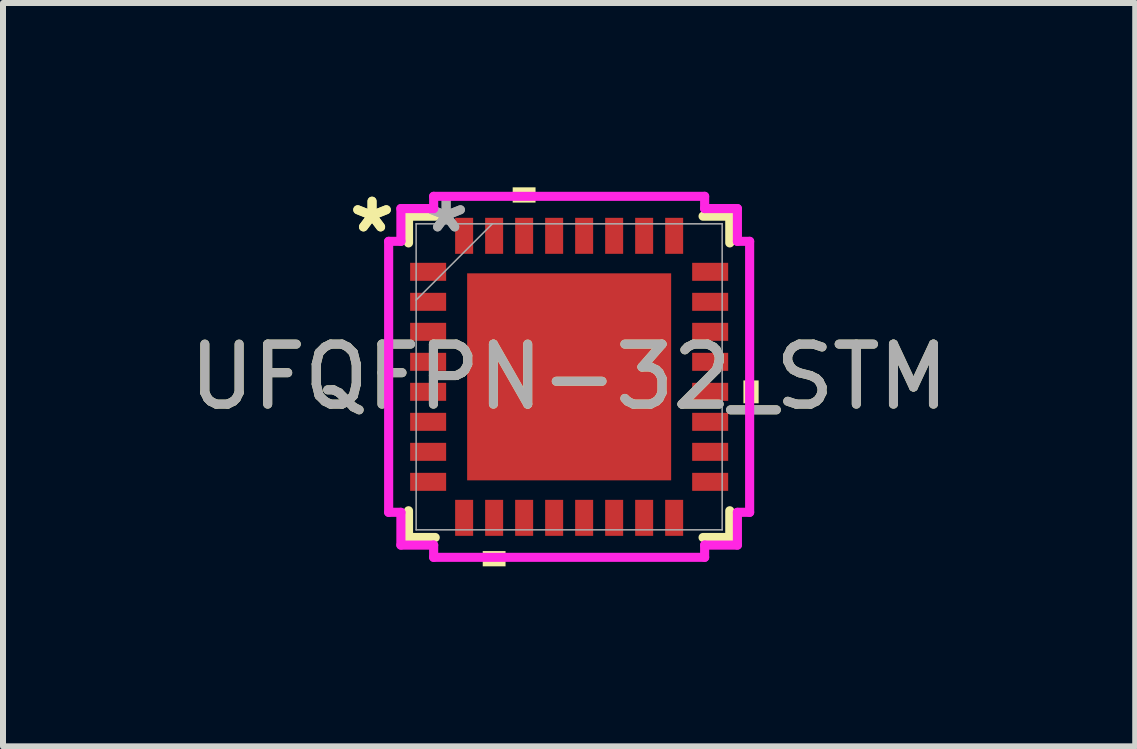
<source format=kicad_pcb>
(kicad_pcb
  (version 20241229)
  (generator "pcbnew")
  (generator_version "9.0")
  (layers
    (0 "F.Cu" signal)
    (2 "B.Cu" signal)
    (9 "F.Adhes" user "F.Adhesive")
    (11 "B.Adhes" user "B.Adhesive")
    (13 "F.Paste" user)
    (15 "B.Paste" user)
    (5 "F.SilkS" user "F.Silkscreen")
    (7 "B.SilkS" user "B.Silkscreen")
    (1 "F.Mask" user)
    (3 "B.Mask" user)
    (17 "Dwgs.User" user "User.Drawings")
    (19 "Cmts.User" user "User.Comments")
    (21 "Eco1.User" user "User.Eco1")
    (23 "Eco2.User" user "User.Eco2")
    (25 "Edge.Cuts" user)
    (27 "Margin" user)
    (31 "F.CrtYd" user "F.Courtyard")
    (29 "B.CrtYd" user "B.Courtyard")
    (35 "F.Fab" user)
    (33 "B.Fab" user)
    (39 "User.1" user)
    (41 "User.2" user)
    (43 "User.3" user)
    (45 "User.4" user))
  (footprint "UFQFPN-32_STM"
    (layer "F.Cu")
    (at 6.435 3.23)
    (property "Reference" "UFQFPN-32_STM" (at 0 0 0) (unlocked yes) (layer "F.SilkS") (effects (font (size 1 1) (thickness 0.15))))
    (attr smd)
    (fp_line (start -2.677 -2.677) (end -2.677 -2.232) (stroke (width 0.152) (type solid)) (layer "F.SilkS"))
    (fp_line (start -2.677 2.232) (end -2.677 2.677) (stroke (width 0.152) (type solid)) (layer "F.SilkS"))
    (fp_line (start -2.677 2.677) (end -2.232 2.677) (stroke (width 0.152) (type solid)) (layer "F.SilkS"))
    (fp_line (start -2.232 -2.677) (end -2.677 -2.677) (stroke (width 0.152) (type solid)) (layer "F.SilkS"))
    (fp_line (start 2.232 2.677) (end 2.677 2.677) (stroke (width 0.152) (type solid)) (layer "F.SilkS"))
    (fp_line (start 2.677 -2.677) (end 2.232 -2.677) (stroke (width 0.152) (type solid)) (layer "F.SilkS"))
    (fp_line (start 2.677 -2.232) (end 2.677 -2.677) (stroke (width 0.152) (type solid)) (layer "F.SilkS"))
    (fp_line (start 2.677 2.677) (end 2.677 2.232) (stroke (width 0.152) (type solid)) (layer "F.SilkS"))
    (fp_poly (pts (xy -1.44 2.904) (xy -1.44 3.158) (xy -1.06 3.158) (xy -1.06 2.904)) (stroke (width 0) (type solid)) (fill yes) (layer "F.SilkS"))
    (fp_poly (pts (xy -0.941 -2.904) (xy -0.941 -3.158) (xy -0.56 -3.158) (xy -0.56 -2.904)) (stroke (width 0) (type solid)) (fill yes) (layer "F.SilkS"))
    (fp_poly (pts (xy 3.158 0.06) (xy 3.158 0.441) (xy 2.904 0.441) (xy 2.904 0.06)) (stroke (width 0) (type solid)) (fill yes) (layer "F.SilkS"))
    (fp_poly (pts (xy -1.6 -1.625) (xy -1.6 -0.1) (xy -0.1 -0.1) (xy -0.1 -1.625)) (stroke (width 0) (type solid)) (fill yes) (layer "F.Paste"))
    (fp_poly (pts (xy -1.6 0.1) (xy -1.6 1.625) (xy -0.1 1.625) (xy -0.1 0.1)) (stroke (width 0) (type solid)) (fill yes) (layer "F.Paste"))
    (fp_poly (pts (xy 0.1 -1.625) (xy 0.1 -0.1) (xy 1.6 -0.1) (xy 1.6 -1.625)) (stroke (width 0) (type solid)) (fill yes) (layer "F.Paste"))
    (fp_poly (pts (xy 0.1 0.1) (xy 0.1 1.625) (xy 1.6 1.625) (xy 1.6 0.1)) (stroke (width 0) (type solid)) (fill yes) (layer "F.Paste"))
    (fp_line (start -3.008 -2.258) (end -2.804 -2.258) (stroke (width 0.152) (type solid)) (layer "F.CrtYd"))
    (fp_line (start -3.008 2.258) (end -3.008 -2.258) (stroke (width 0.152) (type solid)) (layer "F.CrtYd"))
    (fp_line (start -2.804 -2.804) (end -2.258 -2.804) (stroke (width 0.152) (type solid)) (layer "F.CrtYd"))
    (fp_line (start -2.804 -2.258) (end -2.804 -2.804) (stroke (width 0.152) (type solid)) (layer "F.CrtYd"))
    (fp_line (start -2.804 2.258) (end -3.008 2.258) (stroke (width 0.152) (type solid)) (layer "F.CrtYd"))
    (fp_line (start -2.804 2.804) (end -2.804 2.258) (stroke (width 0.152) (type solid)) (layer "F.CrtYd"))
    (fp_line (start -2.258 -3.008) (end 2.258 -3.008) (stroke (width 0.152) (type solid)) (layer "F.CrtYd"))
    (fp_line (start -2.258 -2.804) (end -2.258 -3.008) (stroke (width 0.152) (type solid)) (layer "F.CrtYd"))
    (fp_line (start -2.258 2.804) (end -2.804 2.804) (stroke (width 0.152) (type solid)) (layer "F.CrtYd"))
    (fp_line (start -2.258 3.008) (end -2.258 2.804) (stroke (width 0.152) (type solid)) (layer "F.CrtYd"))
    (fp_line (start 2.258 -3.008) (end 2.258 -2.804) (stroke (width 0.152) (type solid)) (layer "F.CrtYd"))
    (fp_line (start 2.258 -2.804) (end 2.804 -2.804) (stroke (width 0.152) (type solid)) (layer "F.CrtYd"))
    (fp_line (start 2.258 2.804) (end 2.258 3.008) (stroke (width 0.152) (type solid)) (layer "F.CrtYd"))
    (fp_line (start 2.258 3.008) (end -2.258 3.008) (stroke (width 0.152) (type solid)) (layer "F.CrtYd"))
    (fp_line (start 2.804 -2.804) (end 2.804 -2.258) (stroke (width 0.152) (type solid)) (layer "F.CrtYd"))
    (fp_line (start 2.804 -2.258) (end 3.008 -2.258) (stroke (width 0.152) (type solid)) (layer "F.CrtYd"))
    (fp_line (start 2.804 2.258) (end 2.804 2.804) (stroke (width 0.152) (type solid)) (layer "F.CrtYd"))
    (fp_line (start 2.804 2.804) (end 2.258 2.804) (stroke (width 0.152) (type solid)) (layer "F.CrtYd"))
    (fp_line (start 3.008 -2.258) (end 3.008 2.258) (stroke (width 0.152) (type solid)) (layer "F.CrtYd"))
    (fp_line (start 3.008 2.258) (end 2.804 2.258) (stroke (width 0.152) (type solid)) (layer "F.CrtYd"))
    (fp_line (start -2.55 -2.55) (end -2.55 2.55) (stroke (width 0.025) (type solid)) (layer "F.Fab"))
    (fp_line (start -2.55 -1.28) (end -1.28 -2.55) (stroke (width 0.025) (type solid)) (layer "F.Fab"))
    (fp_line (start -2.55 2.55) (end 2.55 2.55) (stroke (width 0.025) (type solid)) (layer "F.Fab"))
    (fp_line (start 2.55 -2.55) (end -2.55 -2.55) (stroke (width 0.025) (type solid)) (layer "F.Fab"))
    (fp_line (start 2.55 2.55) (end 2.55 -2.55) (stroke (width 0.025) (type solid)) (layer "F.Fab"))
    (fp_text user "*" (at -3.285 -2.382 0) (layer "F.SilkS") (effects (font (size 1 1) (thickness 0.15))))
    (fp_text user "*" (at -3.285 -2.382 0) (unlocked yes) (layer "F.SilkS") (effects (font (size 1 1) (thickness 0.15))))
    (fp_text user "*" (at -2.05 -2.382 0) (layer "F.Fab") (effects (font (size 1 1) (thickness 0.15))))
    (fp_text user "${REFERENCE}" (at 0 0 0) (unlocked yes) (layer "F.Fab") (effects (font (size 1 1) (thickness 0.15))))
    (fp_text user "*" (at -2.05 -2.382 0) (unlocked yes) (layer "F.Fab") (effects (font (size 1 1) (thickness 0.15))))
    (pad "1" smd rect (at -2.35 -1.75 90) (size 0.3 0.6) (layers "F.Cu" "F.Mask"))
    (pad "2" smd rect (at -2.35 -1.25 90) (size 0.3 0.6) (layers "F.Cu" "F.Mask"))
    (pad "3" smd rect (at -2.35 -0.75 90) (size 0.3 0.6) (layers "F.Cu" "F.Mask"))
    (pad "4" smd rect (at -2.35 -0.25 90) (size 0.3 0.6) (layers "F.Cu" "F.Mask"))
    (pad "5" smd rect (at -2.35 0.25 90) (size 0.3 0.6) (layers "F.Cu" "F.Mask"))
    (pad "6" smd rect (at -2.35 0.75 90) (size 0.3 0.6) (layers "F.Cu" "F.Mask"))
    (pad "7" smd rect (at -2.35 1.25 90) (size 0.3 0.6) (layers "F.Cu" "F.Mask"))
    (pad "8" smd rect (at -2.35 1.75 90) (size 0.3 0.6) (layers "F.Cu" "F.Mask"))
    (pad "9" smd rect (at -1.75 2.35) (size 0.3 0.6) (layers "F.Cu" "F.Mask"))
    (pad "10" smd rect (at -1.25 2.35) (size 0.3 0.6) (layers "F.Cu" "F.Mask"))
    (pad "11" smd rect (at -0.75 2.35) (size 0.3 0.6) (layers "F.Cu" "F.Mask"))
    (pad "12" smd rect (at -0.25 2.35) (size 0.3 0.6) (layers "F.Cu" "F.Mask"))
    (pad "13" smd rect (at 0.25 2.35) (size 0.3 0.6) (layers "F.Cu" "F.Mask"))
    (pad "14" smd rect (at 0.75 2.35) (size 0.3 0.6) (layers "F.Cu" "F.Mask"))
    (pad "15" smd rect (at 1.25 2.35) (size 0.3 0.6) (layers "F.Cu" "F.Mask"))
    (pad "16" smd rect (at 1.75 2.35) (size 0.3 0.6) (layers "F.Cu" "F.Mask"))
    (pad "17" smd rect (at 2.35 1.75 90) (size 0.3 0.6) (layers "F.Cu" "F.Mask"))
    (pad "18" smd rect (at 2.35 1.25 90) (size 0.3 0.6) (layers "F.Cu" "F.Mask"))
    (pad "19" smd rect (at 2.35 0.75 90) (size 0.3 0.6) (layers "F.Cu" "F.Mask"))
    (pad "20" smd rect (at 2.35 0.25 90) (size 0.3 0.6) (layers "F.Cu" "F.Mask"))
    (pad "21" smd rect (at 2.35 -0.25 90) (size 0.3 0.6) (layers "F.Cu" "F.Mask"))
    (pad "22" smd rect (at 2.35 -0.75 90) (size 0.3 0.6) (layers "F.Cu" "F.Mask"))
    (pad "23" smd rect (at 2.35 -1.25 90) (size 0.3 0.6) (layers "F.Cu" "F.Mask"))
    (pad "24" smd rect (at 2.35 -1.75 90) (size 0.3 0.6) (layers "F.Cu" "F.Mask"))
    (pad "25" smd rect (at 1.75 -2.35) (size 0.3 0.6) (layers "F.Cu" "F.Mask"))
    (pad "26" smd rect (at 1.25 -2.35) (size 0.3 0.6) (layers "F.Cu" "F.Mask"))
    (pad "27" smd rect (at 0.75 -2.35) (size 0.3 0.6) (layers "F.Cu" "F.Mask"))
    (pad "28" smd rect (at 0.25 -2.35) (size 0.3 0.6) (layers "F.Cu" "F.Mask"))
    (pad "29" smd rect (at -0.25 -2.35) (size 0.3 0.6) (layers "F.Cu" "F.Mask"))
    (pad "30" smd rect (at -0.75 -2.35) (size 0.3 0.6) (layers "F.Cu" "F.Mask"))
    (pad "31" smd rect (at -1.25 -2.35) (size 0.3 0.6) (layers "F.Cu" "F.Mask"))
    (pad "32" smd rect (at -1.75 -2.35) (size 0.3 0.6) (layers "F.Cu" "F.Mask"))
    (pad "33" smd rect (at 0 0) (size 3.4 3.45) (layers "F.Cu" "F.Mask")))
  (gr_rect
    (start -3 -3)
    (end 15.869 9.388)
    (stroke (width 0.1) (type default))
    (fill no)
    (layer "Edge.Cuts")))
</source>
